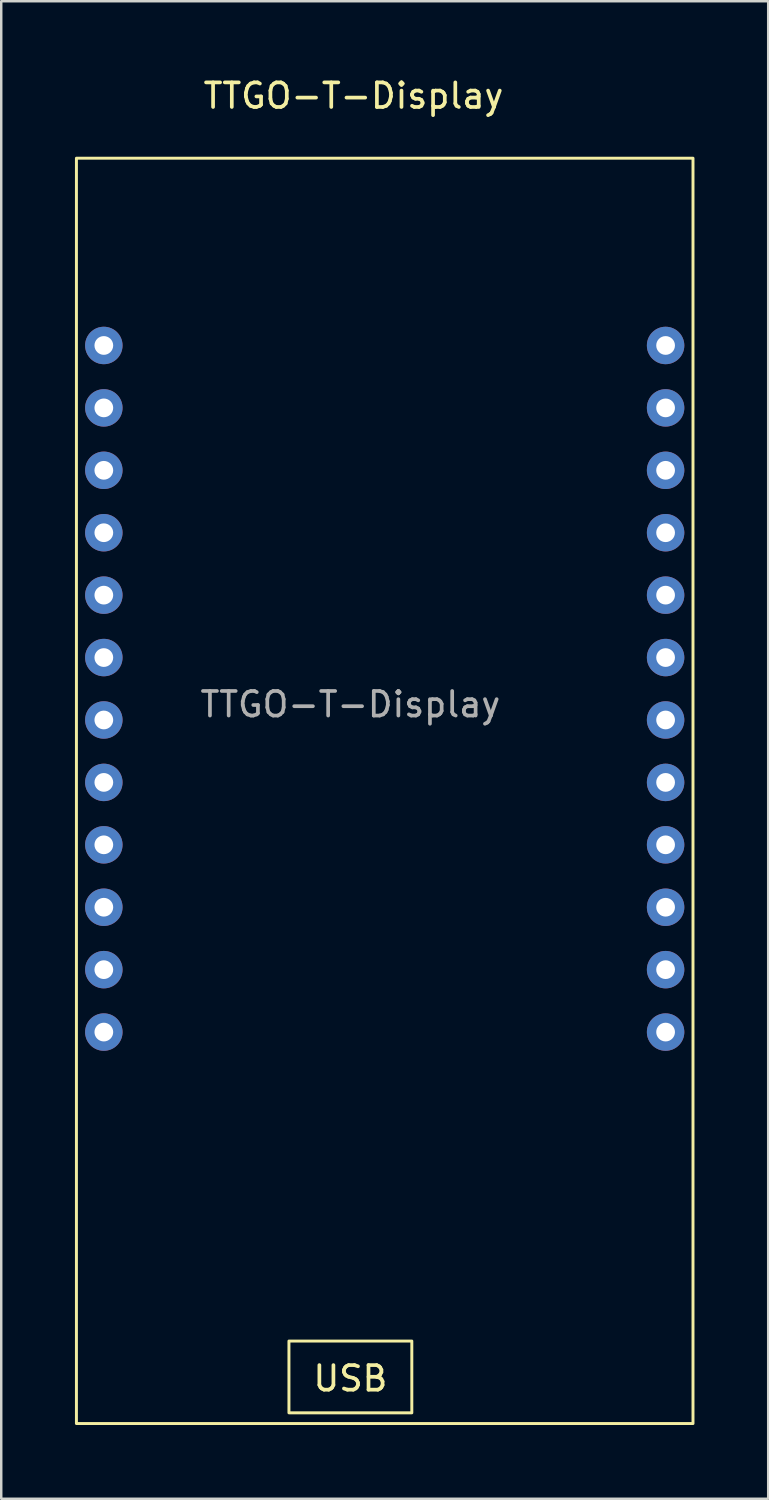
<source format=kicad_pcb>
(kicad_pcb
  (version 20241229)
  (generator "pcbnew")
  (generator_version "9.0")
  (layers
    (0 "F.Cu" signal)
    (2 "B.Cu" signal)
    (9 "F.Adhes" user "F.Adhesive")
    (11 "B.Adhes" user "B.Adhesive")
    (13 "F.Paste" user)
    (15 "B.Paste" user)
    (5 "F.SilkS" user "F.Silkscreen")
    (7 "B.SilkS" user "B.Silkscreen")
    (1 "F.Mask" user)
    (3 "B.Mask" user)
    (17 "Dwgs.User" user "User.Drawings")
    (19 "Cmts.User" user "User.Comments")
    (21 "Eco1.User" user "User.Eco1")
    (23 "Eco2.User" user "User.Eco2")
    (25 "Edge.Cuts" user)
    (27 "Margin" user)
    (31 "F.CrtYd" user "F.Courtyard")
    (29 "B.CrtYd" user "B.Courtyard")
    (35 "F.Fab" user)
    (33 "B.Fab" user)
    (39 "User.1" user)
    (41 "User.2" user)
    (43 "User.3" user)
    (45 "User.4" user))
  (footprint "TTGO-T-Display"
    (layer "F.Cu")
    (at 11.208 6.69)
    (property "Reference" "TTGO-T-Display" (at 0.127 -5.842 0) (unlocked yes) (layer "F.SilkS") (effects (font (size 1 1) (thickness 0.15))))
    (attr through_hole)
    (fp_rect (start -11.148 -3.302) (end 13.942 48.188) (stroke (width 0.12) (type solid)) (fill no) (layer "F.SilkS"))
    (fp_rect (start -2.5 47.752) (end 2.5 44.831) (stroke (width 0.12) (type solid)) (fill no) (layer "F.SilkS"))
    (fp_text user "USB" (at 0 46.355 0) (unlocked yes) (layer "F.SilkS") (effects (font (size 1 1) (thickness 0.15))))
    (fp_text user "${REFERENCE}" (at 0 18.923 0) (unlocked yes) (layer "F.Fab") (effects (font (size 1 1) (thickness 0.15))))
    (pad "1" thru_hole circle (at 12.827 32.258) (size 1.524 1.524) (drill 0.762) (layers "*.Cu" "*.Mask"))
    (pad "2" thru_hole circle (at 12.827 29.718) (size 1.524 1.524) (drill 0.762) (layers "*.Cu" "*.Mask"))
    (pad "3" thru_hole circle (at 12.827 27.178) (size 1.524 1.524) (drill 0.762) (layers "*.Cu" "*.Mask"))
    (pad "4" thru_hole circle (at 12.827 24.638) (size 1.524 1.524) (drill 0.762) (layers "*.Cu" "*.Mask"))
    (pad "5" thru_hole circle (at 12.827 22.098) (size 1.524 1.524) (drill 0.762) (layers "*.Cu" "*.Mask"))
    (pad "6" thru_hole circle (at 12.827 19.558) (size 1.524 1.524) (drill 0.762) (layers "*.Cu" "*.Mask"))
    (pad "7" thru_hole circle (at 12.827 17.018) (size 1.524 1.524) (drill 0.762) (layers "*.Cu" "*.Mask"))
    (pad "8" thru_hole circle (at 12.827 14.478) (size 1.524 1.524) (drill 0.762) (layers "*.Cu" "*.Mask"))
    (pad "9" thru_hole circle (at 12.827 11.938) (size 1.524 1.524) (drill 0.762) (layers "*.Cu" "*.Mask"))
    (pad "10" thru_hole circle (at 12.827 9.398) (size 1.524 1.524) (drill 0.762) (layers "*.Cu" "*.Mask"))
    (pad "11" thru_hole circle (at 12.827 6.858) (size 1.524 1.524) (drill 0.762) (layers "*.Cu" "*.Mask"))
    (pad "12" thru_hole circle (at 12.827 4.318) (size 1.524 1.524) (drill 0.762) (layers "*.Cu" "*.Mask"))
    (pad "13" thru_hole circle (at -10.033 32.258) (size 1.524 1.524) (drill 0.762) (layers "*.Cu" "*.Mask"))
    (pad "14" thru_hole circle (at -10.033 29.718) (size 1.524 1.524) (drill 0.762) (layers "*.Cu" "*.Mask"))
    (pad "15" thru_hole circle (at -10.033 27.178) (size 1.524 1.524) (drill 0.762) (layers "*.Cu" "*.Mask"))
    (pad "16" thru_hole circle (at -10.033 24.638) (size 1.524 1.524) (drill 0.762) (layers "*.Cu" "*.Mask"))
    (pad "17" thru_hole circle (at -10.033 22.098) (size 1.524 1.524) (drill 0.762) (layers "*.Cu" "*.Mask"))
    (pad "18" thru_hole circle (at -10.033 19.558) (size 1.524 1.524) (drill 0.762) (layers "*.Cu" "*.Mask"))
    (pad "19" thru_hole circle (at -10.033 17.018) (size 1.524 1.524) (drill 0.762) (layers "*.Cu" "*.Mask"))
    (pad "20" thru_hole circle (at -10.033 14.478) (size 1.524 1.524) (drill 0.762) (layers "*.Cu" "*.Mask"))
    (pad "21" thru_hole circle (at -10.033 11.938) (size 1.524 1.524) (drill 0.762) (layers "*.Cu" "*.Mask"))
    (pad "22" thru_hole circle (at -10.033 9.398) (size 1.524 1.524) (drill 0.762) (layers "*.Cu" "*.Mask"))
    (pad "23" thru_hole circle (at -10.033 6.858) (size 1.524 1.524) (drill 0.762) (layers "*.Cu" "*.Mask"))
    (pad "24" thru_hole circle (at -10.033 4.318) (size 1.524 1.524) (drill 0.762) (layers "*.Cu" "*.Mask")))
  (gr_rect
    (start -3 -3)
    (end 28.21 57.938)
    (stroke (width 0.1) (type default))
    (fill no)
    (layer "Edge.Cuts")))
</source>
